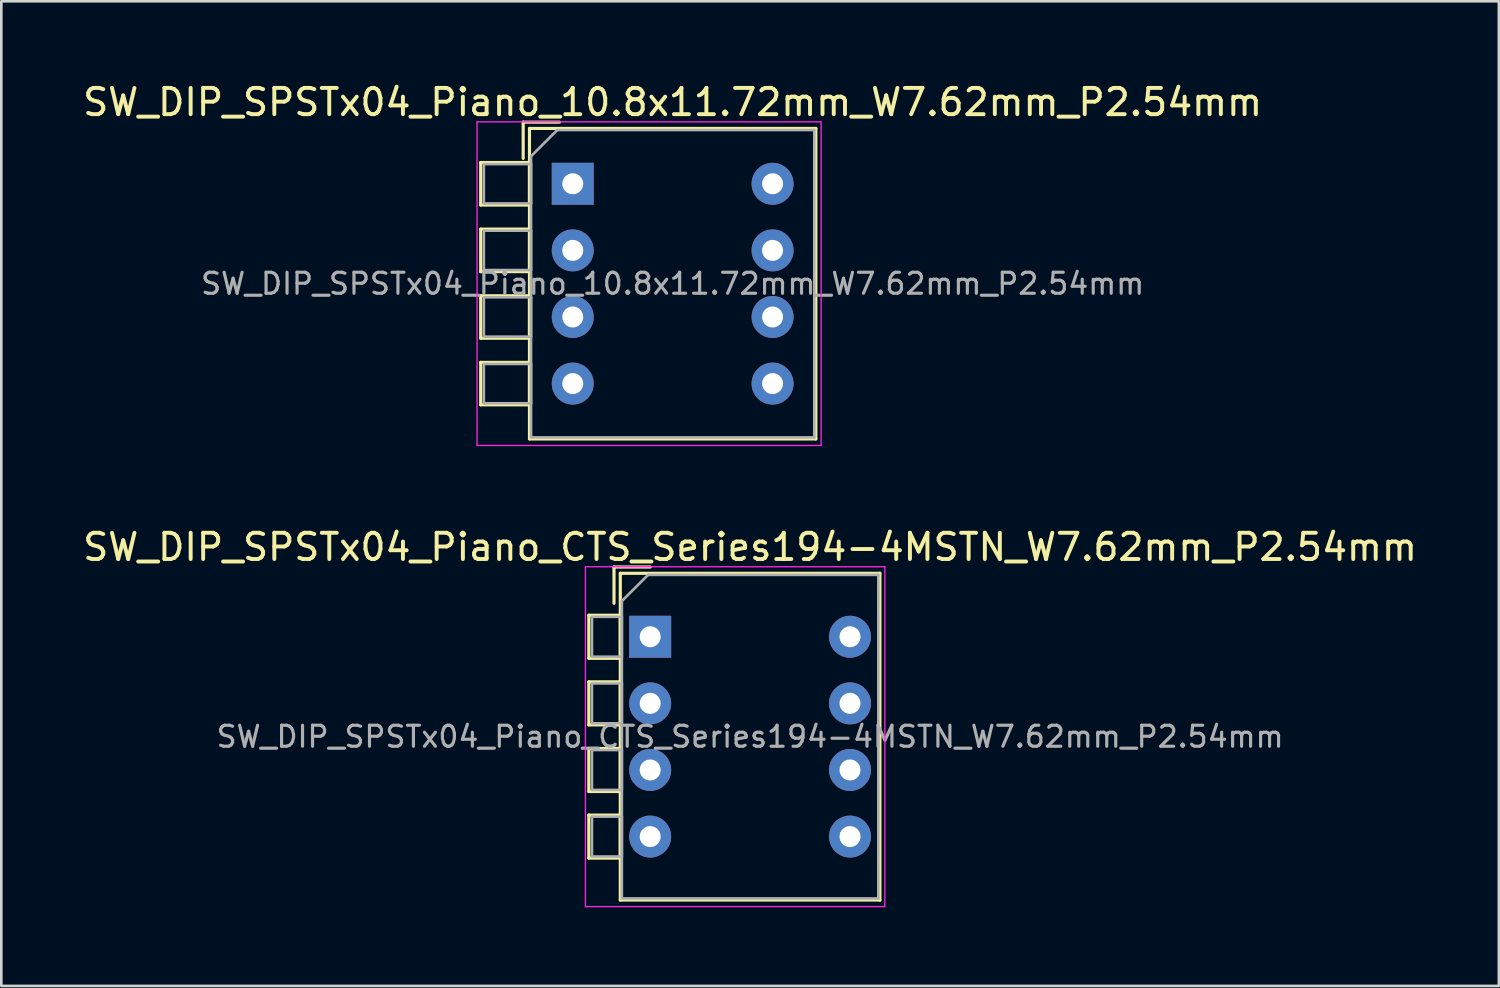
<source format=kicad_pcb>
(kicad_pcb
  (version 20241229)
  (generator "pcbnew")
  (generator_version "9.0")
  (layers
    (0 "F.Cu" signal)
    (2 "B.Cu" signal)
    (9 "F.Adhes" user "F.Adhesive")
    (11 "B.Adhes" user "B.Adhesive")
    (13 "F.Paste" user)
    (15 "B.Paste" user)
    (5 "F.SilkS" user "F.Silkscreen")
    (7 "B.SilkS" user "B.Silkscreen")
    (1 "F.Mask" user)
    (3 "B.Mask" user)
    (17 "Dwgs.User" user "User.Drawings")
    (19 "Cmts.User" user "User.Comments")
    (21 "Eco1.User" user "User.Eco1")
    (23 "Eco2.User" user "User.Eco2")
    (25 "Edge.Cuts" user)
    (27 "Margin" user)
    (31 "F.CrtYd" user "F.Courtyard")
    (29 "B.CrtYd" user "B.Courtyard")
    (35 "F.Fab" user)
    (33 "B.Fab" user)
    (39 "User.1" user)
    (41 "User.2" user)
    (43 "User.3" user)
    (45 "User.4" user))
  (footprint "SW_DIP_SPSTx04_Piano_CTS_Series194-4MSTN_W7.62mm_P2.54mm"
    (layer "F.Cu")
    (at 21.744 21.232)
    (property "Reference" "SW_DIP_SPSTx04_Piano_CTS_Series194-4MSTN_W7.62mm_P2.54mm" (at 3.81 -3.42 0) (layer "F.SilkS") (effects (font (size 1 1) (thickness 0.15))))
    (attr through_hole)
    (fp_line (start -2.34 -0.82) (end -2.34 0.82) (stroke (width 0.12) (type solid)) (layer "F.SilkS"))
    (fp_line (start -2.34 -0.82) (end -1.14 -0.82) (stroke (width 0.12) (type solid)) (layer "F.SilkS"))
    (fp_line (start -2.34 0.82) (end -1.14 0.82) (stroke (width 0.12) (type solid)) (layer "F.SilkS"))
    (fp_line (start -2.34 1.72) (end -2.34 3.36) (stroke (width 0.12) (type solid)) (layer "F.SilkS"))
    (fp_line (start -2.34 1.72) (end -1.14 1.72) (stroke (width 0.12) (type solid)) (layer "F.SilkS"))
    (fp_line (start -2.34 3.36) (end -1.14 3.36) (stroke (width 0.12) (type solid)) (layer "F.SilkS"))
    (fp_line (start -2.34 4.26) (end -2.34 5.9) (stroke (width 0.12) (type solid)) (layer "F.SilkS"))
    (fp_line (start -2.34 4.26) (end -1.14 4.26) (stroke (width 0.12) (type solid)) (layer "F.SilkS"))
    (fp_line (start -2.34 5.9) (end -1.14 5.9) (stroke (width 0.12) (type solid)) (layer "F.SilkS"))
    (fp_line (start -2.34 6.8) (end -2.34 8.44) (stroke (width 0.12) (type solid)) (layer "F.SilkS"))
    (fp_line (start -2.34 6.8) (end -1.14 6.8) (stroke (width 0.12) (type solid)) (layer "F.SilkS"))
    (fp_line (start -2.34 8.44) (end -1.14 8.44) (stroke (width 0.12) (type solid)) (layer "F.SilkS"))
    (fp_line (start -1.38 -2.66) (end -1.38 -1.277) (stroke (width 0.12) (type solid)) (layer "F.SilkS"))
    (fp_line (start -1.38 -2.66) (end 0.003 -2.66) (stroke (width 0.12) (type solid)) (layer "F.SilkS"))
    (fp_line (start -1.14 -2.42) (end -1.14 10.04) (stroke (width 0.12) (type solid)) (layer "F.SilkS"))
    (fp_line (start -1.14 -2.42) (end 8.76 -2.42) (stroke (width 0.12) (type solid)) (layer "F.SilkS"))
    (fp_line (start -1.14 -0.82) (end -1.14 0.82) (stroke (width 0.12) (type solid)) (layer "F.SilkS"))
    (fp_line (start -1.14 1.72) (end -1.14 3.36) (stroke (width 0.12) (type solid)) (layer "F.SilkS"))
    (fp_line (start -1.14 4.26) (end -1.14 5.9) (stroke (width 0.12) (type solid)) (layer "F.SilkS"))
    (fp_line (start -1.14 6.8) (end -1.14 8.44) (stroke (width 0.12) (type solid)) (layer "F.SilkS"))
    (fp_line (start -1.14 10.04) (end 8.76 10.04) (stroke (width 0.12) (type solid)) (layer "F.SilkS"))
    (fp_line (start 8.76 -2.42) (end 8.76 10.04) (stroke (width 0.12) (type solid)) (layer "F.SilkS"))
    (fp_line (start -2.47 -2.67) (end -2.47 10.29) (stroke (width 0.05) (type solid)) (layer "F.CrtYd"))
    (fp_line (start -2.47 10.29) (end 8.95 10.29) (stroke (width 0.05) (type solid)) (layer "F.CrtYd"))
    (fp_line (start 8.95 -2.67) (end -2.47 -2.67) (stroke (width 0.05) (type solid)) (layer "F.CrtYd"))
    (fp_line (start 8.95 10.29) (end 8.95 -2.67) (stroke (width 0.05) (type solid)) (layer "F.CrtYd"))
    (fp_line (start -2.22 -0.76) (end -1.08 -0.76) (stroke (width 0.1) (type solid)) (layer "F.Fab"))
    (fp_line (start -2.22 0.76) (end -2.22 -0.76) (stroke (width 0.1) (type solid)) (layer "F.Fab"))
    (fp_line (start -2.22 1.78) (end -1.08 1.78) (stroke (width 0.1) (type solid)) (layer "F.Fab"))
    (fp_line (start -2.22 3.3) (end -2.22 1.78) (stroke (width 0.1) (type solid)) (layer "F.Fab"))
    (fp_line (start -2.22 4.32) (end -1.08 4.32) (stroke (width 0.1) (type solid)) (layer "F.Fab"))
    (fp_line (start -2.22 5.84) (end -2.22 4.32) (stroke (width 0.1) (type solid)) (layer "F.Fab"))
    (fp_line (start -2.22 6.86) (end -1.08 6.86) (stroke (width 0.1) (type solid)) (layer "F.Fab"))
    (fp_line (start -2.22 8.38) (end -2.22 6.86) (stroke (width 0.1) (type solid)) (layer "F.Fab"))
    (fp_line (start -1.08 -1.36) (end -0.08 -2.36) (stroke (width 0.1) (type solid)) (layer "F.Fab"))
    (fp_line (start -1.08 -0.76) (end -1.08 0.76) (stroke (width 0.1) (type solid)) (layer "F.Fab"))
    (fp_line (start -1.08 0.76) (end -2.22 0.76) (stroke (width 0.1) (type solid)) (layer "F.Fab"))
    (fp_line (start -1.08 1.78) (end -1.08 3.3) (stroke (width 0.1) (type solid)) (layer "F.Fab"))
    (fp_line (start -1.08 3.3) (end -2.22 3.3) (stroke (width 0.1) (type solid)) (layer "F.Fab"))
    (fp_line (start -1.08 4.32) (end -1.08 5.84) (stroke (width 0.1) (type solid)) (layer "F.Fab"))
    (fp_line (start -1.08 5.84) (end -2.22 5.84) (stroke (width 0.1) (type solid)) (layer "F.Fab"))
    (fp_line (start -1.08 6.86) (end -1.08 8.38) (stroke (width 0.1) (type solid)) (layer "F.Fab"))
    (fp_line (start -1.08 8.38) (end -2.22 8.38) (stroke (width 0.1) (type solid)) (layer "F.Fab"))
    (fp_line (start -1.08 9.98) (end -1.08 -1.36) (stroke (width 0.1) (type solid)) (layer "F.Fab"))
    (fp_line (start -0.08 -2.36) (end 8.7 -2.36) (stroke (width 0.1) (type solid)) (layer "F.Fab"))
    (fp_line (start 8.7 -2.36) (end 8.7 9.98) (stroke (width 0.1) (type solid)) (layer "F.Fab"))
    (fp_line (start 8.7 9.98) (end -1.08 9.98) (stroke (width 0.1) (type solid)) (layer "F.Fab"))
    (fp_text user "${REFERENCE}" (at 3.81 3.81 0) (layer "F.Fab") (effects (font (size 0.8 0.8) (thickness 0.12))))
    (pad "1" thru_hole rect (at 0 0) (size 1.6 1.6) (drill 0.8) (layers "*.Cu" "*.Mask"))
    (pad "2" thru_hole circle (at 0 2.54) (size 1.6 1.6) (drill 0.8) (layers "*.Cu" "*.Mask"))
    (pad "3" thru_hole circle (at 0 5.08) (size 1.6 1.6) (drill 0.8) (layers "*.Cu" "*.Mask"))
    (pad "4" thru_hole circle (at 0 7.62) (size 1.6 1.6) (drill 0.8) (layers "*.Cu" "*.Mask"))
    (pad "5" thru_hole circle (at 7.62 7.62) (size 1.6 1.6) (drill 0.8) (layers "*.Cu" "*.Mask"))
    (pad "6" thru_hole circle (at 7.62 5.08) (size 1.6 1.6) (drill 0.8) (layers "*.Cu" "*.Mask"))
    (pad "7" thru_hole circle (at 7.62 2.54) (size 1.6 1.6) (drill 0.8) (layers "*.Cu" "*.Mask"))
    (pad "8" thru_hole circle (at 7.62 0) (size 1.6 1.6) (drill 0.8) (layers "*.Cu" "*.Mask")))
  (footprint "SW_DIP_SPSTx04_Piano_10.8x11.72mm_W7.62mm_P2.54mm"
    (layer "F.Cu")
    (at 18.791 3.958)
    (property "Reference" "SW_DIP_SPSTx04_Piano_10.8x11.72mm_W7.62mm_P2.54mm" (at 3.81 -3.11 0) (layer "F.SilkS") (effects (font (size 1 1) (thickness 0.15))))
    (attr through_hole)
    (fp_line (start -3.51 -0.81) (end -3.51 0.81) (stroke (width 0.12) (type solid)) (layer "F.SilkS"))
    (fp_line (start -3.51 -0.81) (end -1.65 -0.81) (stroke (width 0.12) (type solid)) (layer "F.SilkS"))
    (fp_line (start -3.51 0.81) (end -1.65 0.81) (stroke (width 0.12) (type solid)) (layer "F.SilkS"))
    (fp_line (start -3.51 1.73) (end -3.51 3.35) (stroke (width 0.12) (type solid)) (layer "F.SilkS"))
    (fp_line (start -3.51 1.73) (end -1.65 1.73) (stroke (width 0.12) (type solid)) (layer "F.SilkS"))
    (fp_line (start -3.51 3.35) (end -1.65 3.35) (stroke (width 0.12) (type solid)) (layer "F.SilkS"))
    (fp_line (start -3.51 4.27) (end -3.51 5.89) (stroke (width 0.12) (type solid)) (layer "F.SilkS"))
    (fp_line (start -3.51 4.27) (end -1.65 4.27) (stroke (width 0.12) (type solid)) (layer "F.SilkS"))
    (fp_line (start -3.51 5.89) (end -1.65 5.89) (stroke (width 0.12) (type solid)) (layer "F.SilkS"))
    (fp_line (start -3.51 6.81) (end -3.51 8.43) (stroke (width 0.12) (type solid)) (layer "F.SilkS"))
    (fp_line (start -3.51 6.81) (end -1.65 6.81) (stroke (width 0.12) (type solid)) (layer "F.SilkS"))
    (fp_line (start -3.51 8.43) (end -1.65 8.43) (stroke (width 0.12) (type solid)) (layer "F.SilkS"))
    (fp_line (start -1.89 -2.35) (end -1.89 -0.967) (stroke (width 0.12) (type solid)) (layer "F.SilkS"))
    (fp_line (start -1.89 -2.35) (end -0.507 -2.35) (stroke (width 0.12) (type solid)) (layer "F.SilkS"))
    (fp_line (start -1.65 -2.11) (end -1.65 9.73) (stroke (width 0.12) (type solid)) (layer "F.SilkS"))
    (fp_line (start -1.65 -2.11) (end 9.27 -2.11) (stroke (width 0.12) (type solid)) (layer "F.SilkS"))
    (fp_line (start -1.65 -0.81) (end -1.65 0.81) (stroke (width 0.12) (type solid)) (layer "F.SilkS"))
    (fp_line (start -1.65 1.73) (end -1.65 3.35) (stroke (width 0.12) (type solid)) (layer "F.SilkS"))
    (fp_line (start -1.65 4.27) (end -1.65 5.89) (stroke (width 0.12) (type solid)) (layer "F.SilkS"))
    (fp_line (start -1.65 6.81) (end -1.65 8.43) (stroke (width 0.12) (type solid)) (layer "F.SilkS"))
    (fp_line (start -1.65 9.73) (end 9.27 9.73) (stroke (width 0.12) (type solid)) (layer "F.SilkS"))
    (fp_line (start 9.27 -2.11) (end 9.27 9.73) (stroke (width 0.12) (type solid)) (layer "F.SilkS"))
    (fp_line (start -3.65 -2.36) (end -3.65 9.98) (stroke (width 0.05) (type solid)) (layer "F.CrtYd"))
    (fp_line (start -3.65 9.98) (end 9.47 9.98) (stroke (width 0.05) (type solid)) (layer "F.CrtYd"))
    (fp_line (start 9.47 -2.36) (end -3.65 -2.36) (stroke (width 0.05) (type solid)) (layer "F.CrtYd"))
    (fp_line (start 9.47 9.98) (end 9.47 -2.36) (stroke (width 0.05) (type solid)) (layer "F.CrtYd"))
    (fp_line (start -3.39 -0.75) (end -1.59 -0.75) (stroke (width 0.1) (type solid)) (layer "F.Fab"))
    (fp_line (start -3.39 0.75) (end -3.39 -0.75) (stroke (width 0.1) (type solid)) (layer "F.Fab"))
    (fp_line (start -3.39 1.79) (end -1.59 1.79) (stroke (width 0.1) (type solid)) (layer "F.Fab"))
    (fp_line (start -3.39 3.29) (end -3.39 1.79) (stroke (width 0.1) (type solid)) (layer "F.Fab"))
    (fp_line (start -3.39 4.33) (end -1.59 4.33) (stroke (width 0.1) (type solid)) (layer "F.Fab"))
    (fp_line (start -3.39 5.83) (end -3.39 4.33) (stroke (width 0.1) (type solid)) (layer "F.Fab"))
    (fp_line (start -3.39 6.87) (end -1.59 6.87) (stroke (width 0.1) (type solid)) (layer "F.Fab"))
    (fp_line (start -3.39 8.37) (end -3.39 6.87) (stroke (width 0.1) (type solid)) (layer "F.Fab"))
    (fp_line (start -1.59 -1.05) (end -0.59 -2.05) (stroke (width 0.1) (type solid)) (layer "F.Fab"))
    (fp_line (start -1.59 -0.75) (end -1.59 0.75) (stroke (width 0.1) (type solid)) (layer "F.Fab"))
    (fp_line (start -1.59 0.75) (end -3.39 0.75) (stroke (width 0.1) (type solid)) (layer "F.Fab"))
    (fp_line (start -1.59 1.79) (end -1.59 3.29) (stroke (width 0.1) (type solid)) (layer "F.Fab"))
    (fp_line (start -1.59 3.29) (end -3.39 3.29) (stroke (width 0.1) (type solid)) (layer "F.Fab"))
    (fp_line (start -1.59 4.33) (end -1.59 5.83) (stroke (width 0.1) (type solid)) (layer "F.Fab"))
    (fp_line (start -1.59 5.83) (end -3.39 5.83) (stroke (width 0.1) (type solid)) (layer "F.Fab"))
    (fp_line (start -1.59 6.87) (end -1.59 8.37) (stroke (width 0.1) (type solid)) (layer "F.Fab"))
    (fp_line (start -1.59 8.37) (end -3.39 8.37) (stroke (width 0.1) (type solid)) (layer "F.Fab"))
    (fp_line (start -1.59 9.67) (end -1.59 -1.05) (stroke (width 0.1) (type solid)) (layer "F.Fab"))
    (fp_line (start -0.59 -2.05) (end 9.21 -2.05) (stroke (width 0.1) (type solid)) (layer "F.Fab"))
    (fp_line (start 9.21 -2.05) (end 9.21 9.67) (stroke (width 0.1) (type solid)) (layer "F.Fab"))
    (fp_line (start 9.21 9.67) (end -1.59 9.67) (stroke (width 0.1) (type solid)) (layer "F.Fab"))
    (fp_text user "${REFERENCE}" (at 3.81 3.81 0) (layer "F.Fab") (effects (font (size 0.8 0.8) (thickness 0.12))))
    (pad "1" thru_hole rect (at 0 0) (size 1.6 1.6) (drill 0.8) (layers "*.Cu" "*.Mask"))
    (pad "2" thru_hole circle (at 0 2.54) (size 1.6 1.6) (drill 0.8) (layers "*.Cu" "*.Mask"))
    (pad "3" thru_hole circle (at 0 5.08) (size 1.6 1.6) (drill 0.8) (layers "*.Cu" "*.Mask"))
    (pad "4" thru_hole circle (at 0 7.62) (size 1.6 1.6) (drill 0.8) (layers "*.Cu" "*.Mask"))
    (pad "5" thru_hole circle (at 7.62 7.62) (size 1.6 1.6) (drill 0.8) (layers "*.Cu" "*.Mask"))
    (pad "6" thru_hole circle (at 7.62 5.08) (size 1.6 1.6) (drill 0.8) (layers "*.Cu" "*.Mask"))
    (pad "7" thru_hole circle (at 7.62 2.54) (size 1.6 1.6) (drill 0.8) (layers "*.Cu" "*.Mask"))
    (pad "8" thru_hole circle (at 7.62 0) (size 1.6 1.6) (drill 0.8) (layers "*.Cu" "*.Mask")))
  (gr_rect
    (start -3 -3)
    (end 54.107 34.547)
    (stroke (width 0.1) (type default))
    (fill no)
    (layer "Edge.Cuts")))
</source>
